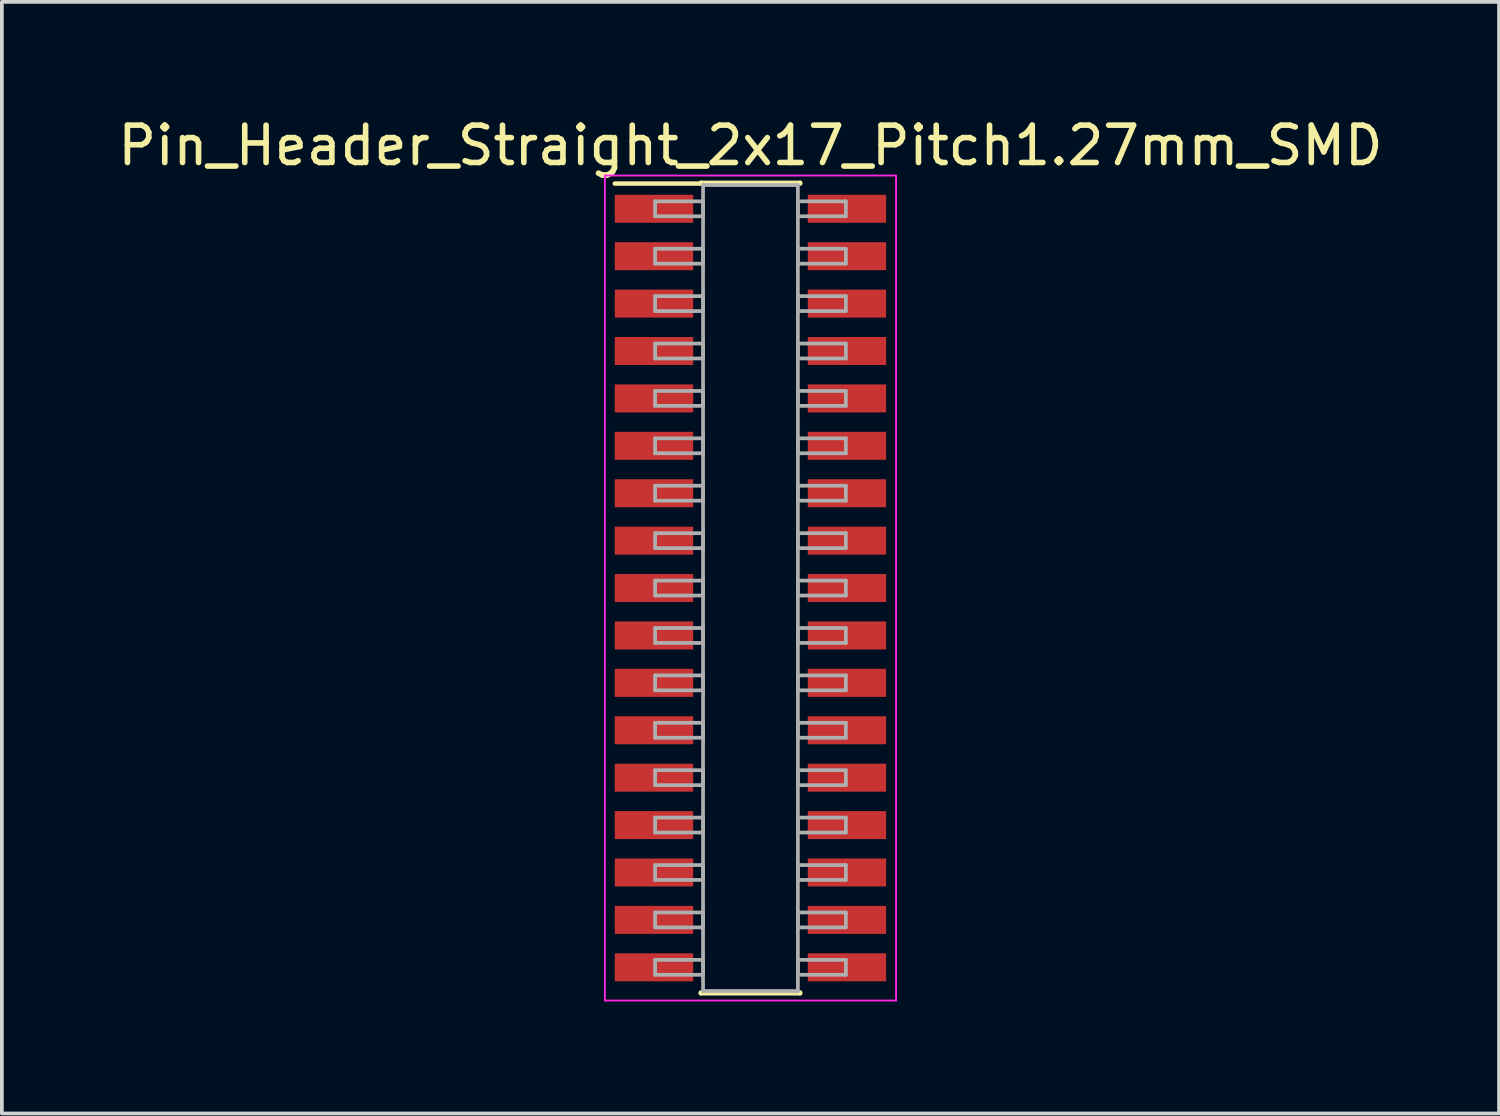
<source format=kicad_pcb>
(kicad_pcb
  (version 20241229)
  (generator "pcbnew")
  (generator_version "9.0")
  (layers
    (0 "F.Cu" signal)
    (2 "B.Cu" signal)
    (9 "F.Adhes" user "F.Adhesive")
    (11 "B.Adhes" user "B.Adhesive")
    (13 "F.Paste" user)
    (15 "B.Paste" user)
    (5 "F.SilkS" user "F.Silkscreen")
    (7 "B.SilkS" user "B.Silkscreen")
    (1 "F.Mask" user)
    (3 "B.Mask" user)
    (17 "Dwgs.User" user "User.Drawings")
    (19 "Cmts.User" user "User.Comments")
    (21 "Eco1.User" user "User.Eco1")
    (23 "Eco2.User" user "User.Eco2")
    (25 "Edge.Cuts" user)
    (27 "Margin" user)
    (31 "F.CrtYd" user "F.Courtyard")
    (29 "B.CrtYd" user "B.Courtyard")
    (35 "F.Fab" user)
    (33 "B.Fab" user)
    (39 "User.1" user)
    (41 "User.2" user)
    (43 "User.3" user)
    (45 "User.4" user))
  (footprint "Pin_Header_Straight_2x17_Pitch1.27mm_SMD"
    (layer "F.Cu")
    (at 17.054 12.703)
    (property "Reference" "Pin_Header_Straight_2x17_Pitch1.27mm_SMD" (at 0 -11.855 0) (layer "F.SilkS") (effects (font (size 1 1) (thickness 0.15))))
    (attr smd)
    (fp_line (start -3.635 -10.835) (end -1.33 -10.835) (stroke (width 0.12) (type solid)) (layer "F.SilkS"))
    (fp_line (start -1.33 -10.855) (end 1.33 -10.855) (stroke (width 0.12) (type solid)) (layer "F.SilkS"))
    (fp_line (start -1.33 -10.835) (end -1.33 -10.855) (stroke (width 0.12) (type solid)) (layer "F.SilkS"))
    (fp_line (start -1.33 10.835) (end -1.33 10.855) (stroke (width 0.12) (type solid)) (layer "F.SilkS"))
    (fp_line (start -1.33 10.855) (end 1.33 10.855) (stroke (width 0.12) (type solid)) (layer "F.SilkS"))
    (fp_line (start 1.33 -10.855) (end 1.33 -10.835) (stroke (width 0.12) (type solid)) (layer "F.SilkS"))
    (fp_line (start 1.33 10.855) (end 1.33 10.835) (stroke (width 0.12) (type solid)) (layer "F.SilkS"))
    (fp_line (start -3.9 -11.05) (end -3.9 11.05) (stroke (width 0.05) (type solid)) (layer "F.CrtYd"))
    (fp_line (start -3.9 11.05) (end 3.9 11.05) (stroke (width 0.05) (type solid)) (layer "F.CrtYd"))
    (fp_line (start 3.9 -11.05) (end -3.9 -11.05) (stroke (width 0.05) (type solid)) (layer "F.CrtYd"))
    (fp_line (start 3.9 11.05) (end 3.9 -11.05) (stroke (width 0.05) (type solid)) (layer "F.CrtYd"))
    (fp_line (start -2.555 -10.36) (end -1.27 -10.36) (stroke (width 0.1) (type solid)) (layer "F.Fab"))
    (fp_line (start -2.555 -9.96) (end -2.555 -10.36) (stroke (width 0.1) (type solid)) (layer "F.Fab"))
    (fp_line (start -2.555 -9.09) (end -1.27 -9.09) (stroke (width 0.1) (type solid)) (layer "F.Fab"))
    (fp_line (start -2.555 -8.69) (end -2.555 -9.09) (stroke (width 0.1) (type solid)) (layer "F.Fab"))
    (fp_line (start -2.555 -7.82) (end -1.27 -7.82) (stroke (width 0.1) (type solid)) (layer "F.Fab"))
    (fp_line (start -2.555 -7.42) (end -2.555 -7.82) (stroke (width 0.1) (type solid)) (layer "F.Fab"))
    (fp_line (start -2.555 -6.55) (end -1.27 -6.55) (stroke (width 0.1) (type solid)) (layer "F.Fab"))
    (fp_line (start -2.555 -6.15) (end -2.555 -6.55) (stroke (width 0.1) (type solid)) (layer "F.Fab"))
    (fp_line (start -2.555 -5.28) (end -1.27 -5.28) (stroke (width 0.1) (type solid)) (layer "F.Fab"))
    (fp_line (start -2.555 -4.88) (end -2.555 -5.28) (stroke (width 0.1) (type solid)) (layer "F.Fab"))
    (fp_line (start -2.555 -4.01) (end -1.27 -4.01) (stroke (width 0.1) (type solid)) (layer "F.Fab"))
    (fp_line (start -2.555 -3.61) (end -2.555 -4.01) (stroke (width 0.1) (type solid)) (layer "F.Fab"))
    (fp_line (start -2.555 -2.74) (end -1.27 -2.74) (stroke (width 0.1) (type solid)) (layer "F.Fab"))
    (fp_line (start -2.555 -2.34) (end -2.555 -2.74) (stroke (width 0.1) (type solid)) (layer "F.Fab"))
    (fp_line (start -2.555 -1.47) (end -1.27 -1.47) (stroke (width 0.1) (type solid)) (layer "F.Fab"))
    (fp_line (start -2.555 -1.07) (end -2.555 -1.47) (stroke (width 0.1) (type solid)) (layer "F.Fab"))
    (fp_line (start -2.555 -0.2) (end -1.27 -0.2) (stroke (width 0.1) (type solid)) (layer "F.Fab"))
    (fp_line (start -2.555 0.2) (end -2.555 -0.2) (stroke (width 0.1) (type solid)) (layer "F.Fab"))
    (fp_line (start -2.555 1.07) (end -1.27 1.07) (stroke (width 0.1) (type solid)) (layer "F.Fab"))
    (fp_line (start -2.555 1.47) (end -2.555 1.07) (stroke (width 0.1) (type solid)) (layer "F.Fab"))
    (fp_line (start -2.555 2.34) (end -1.27 2.34) (stroke (width 0.1) (type solid)) (layer "F.Fab"))
    (fp_line (start -2.555 2.74) (end -2.555 2.34) (stroke (width 0.1) (type solid)) (layer "F.Fab"))
    (fp_line (start -2.555 3.61) (end -1.27 3.61) (stroke (width 0.1) (type solid)) (layer "F.Fab"))
    (fp_line (start -2.555 4.01) (end -2.555 3.61) (stroke (width 0.1) (type solid)) (layer "F.Fab"))
    (fp_line (start -2.555 4.88) (end -1.27 4.88) (stroke (width 0.1) (type solid)) (layer "F.Fab"))
    (fp_line (start -2.555 5.28) (end -2.555 4.88) (stroke (width 0.1) (type solid)) (layer "F.Fab"))
    (fp_line (start -2.555 6.15) (end -1.27 6.15) (stroke (width 0.1) (type solid)) (layer "F.Fab"))
    (fp_line (start -2.555 6.55) (end -2.555 6.15) (stroke (width 0.1) (type solid)) (layer "F.Fab"))
    (fp_line (start -2.555 7.42) (end -1.27 7.42) (stroke (width 0.1) (type solid)) (layer "F.Fab"))
    (fp_line (start -2.555 7.82) (end -2.555 7.42) (stroke (width 0.1) (type solid)) (layer "F.Fab"))
    (fp_line (start -2.555 8.69) (end -1.27 8.69) (stroke (width 0.1) (type solid)) (layer "F.Fab"))
    (fp_line (start -2.555 9.09) (end -2.555 8.69) (stroke (width 0.1) (type solid)) (layer "F.Fab"))
    (fp_line (start -2.555 9.96) (end -1.27 9.96) (stroke (width 0.1) (type solid)) (layer "F.Fab"))
    (fp_line (start -2.555 10.36) (end -2.555 9.96) (stroke (width 0.1) (type solid)) (layer "F.Fab"))
    (fp_line (start -1.27 -10.795) (end -1.27 10.795) (stroke (width 0.1) (type solid)) (layer "F.Fab"))
    (fp_line (start -1.27 -10.36) (end -1.27 -9.96) (stroke (width 0.1) (type solid)) (layer "F.Fab"))
    (fp_line (start -1.27 -9.96) (end -2.555 -9.96) (stroke (width 0.1) (type solid)) (layer "F.Fab"))
    (fp_line (start -1.27 -9.09) (end -1.27 -8.69) (stroke (width 0.1) (type solid)) (layer "F.Fab"))
    (fp_line (start -1.27 -8.69) (end -2.555 -8.69) (stroke (width 0.1) (type solid)) (layer "F.Fab"))
    (fp_line (start -1.27 -7.82) (end -1.27 -7.42) (stroke (width 0.1) (type solid)) (layer "F.Fab"))
    (fp_line (start -1.27 -7.42) (end -2.555 -7.42) (stroke (width 0.1) (type solid)) (layer "F.Fab"))
    (fp_line (start -1.27 -6.55) (end -1.27 -6.15) (stroke (width 0.1) (type solid)) (layer "F.Fab"))
    (fp_line (start -1.27 -6.15) (end -2.555 -6.15) (stroke (width 0.1) (type solid)) (layer "F.Fab"))
    (fp_line (start -1.27 -5.28) (end -1.27 -4.88) (stroke (width 0.1) (type solid)) (layer "F.Fab"))
    (fp_line (start -1.27 -4.88) (end -2.555 -4.88) (stroke (width 0.1) (type solid)) (layer "F.Fab"))
    (fp_line (start -1.27 -4.01) (end -1.27 -3.61) (stroke (width 0.1) (type solid)) (layer "F.Fab"))
    (fp_line (start -1.27 -3.61) (end -2.555 -3.61) (stroke (width 0.1) (type solid)) (layer "F.Fab"))
    (fp_line (start -1.27 -2.74) (end -1.27 -2.34) (stroke (width 0.1) (type solid)) (layer "F.Fab"))
    (fp_line (start -1.27 -2.34) (end -2.555 -2.34) (stroke (width 0.1) (type solid)) (layer "F.Fab"))
    (fp_line (start -1.27 -1.47) (end -1.27 -1.07) (stroke (width 0.1) (type solid)) (layer "F.Fab"))
    (fp_line (start -1.27 -1.07) (end -2.555 -1.07) (stroke (width 0.1) (type solid)) (layer "F.Fab"))
    (fp_line (start -1.27 -0.2) (end -1.27 0.2) (stroke (width 0.1) (type solid)) (layer "F.Fab"))
    (fp_line (start -1.27 0.2) (end -2.555 0.2) (stroke (width 0.1) (type solid)) (layer "F.Fab"))
    (fp_line (start -1.27 1.07) (end -1.27 1.47) (stroke (width 0.1) (type solid)) (layer "F.Fab"))
    (fp_line (start -1.27 1.47) (end -2.555 1.47) (stroke (width 0.1) (type solid)) (layer "F.Fab"))
    (fp_line (start -1.27 2.34) (end -1.27 2.74) (stroke (width 0.1) (type solid)) (layer "F.Fab"))
    (fp_line (start -1.27 2.74) (end -2.555 2.74) (stroke (width 0.1) (type solid)) (layer "F.Fab"))
    (fp_line (start -1.27 3.61) (end -1.27 4.01) (stroke (width 0.1) (type solid)) (layer "F.Fab"))
    (fp_line (start -1.27 4.01) (end -2.555 4.01) (stroke (width 0.1) (type solid)) (layer "F.Fab"))
    (fp_line (start -1.27 4.88) (end -1.27 5.28) (stroke (width 0.1) (type solid)) (layer "F.Fab"))
    (fp_line (start -1.27 5.28) (end -2.555 5.28) (stroke (width 0.1) (type solid)) (layer "F.Fab"))
    (fp_line (start -1.27 6.15) (end -1.27 6.55) (stroke (width 0.1) (type solid)) (layer "F.Fab"))
    (fp_line (start -1.27 6.55) (end -2.555 6.55) (stroke (width 0.1) (type solid)) (layer "F.Fab"))
    (fp_line (start -1.27 7.42) (end -1.27 7.82) (stroke (width 0.1) (type solid)) (layer "F.Fab"))
    (fp_line (start -1.27 7.82) (end -2.555 7.82) (stroke (width 0.1) (type solid)) (layer "F.Fab"))
    (fp_line (start -1.27 8.69) (end -1.27 9.09) (stroke (width 0.1) (type solid)) (layer "F.Fab"))
    (fp_line (start -1.27 9.09) (end -2.555 9.09) (stroke (width 0.1) (type solid)) (layer "F.Fab"))
    (fp_line (start -1.27 9.96) (end -1.27 10.36) (stroke (width 0.1) (type solid)) (layer "F.Fab"))
    (fp_line (start -1.27 10.36) (end -2.555 10.36) (stroke (width 0.1) (type solid)) (layer "F.Fab"))
    (fp_line (start -1.27 10.795) (end 1.27 10.795) (stroke (width 0.1) (type solid)) (layer "F.Fab"))
    (fp_line (start 1.27 -10.795) (end -1.27 -10.795) (stroke (width 0.1) (type solid)) (layer "F.Fab"))
    (fp_line (start 1.27 -10.36) (end 1.27 -9.96) (stroke (width 0.1) (type solid)) (layer "F.Fab"))
    (fp_line (start 1.27 -9.96) (end 2.555 -9.96) (stroke (width 0.1) (type solid)) (layer "F.Fab"))
    (fp_line (start 1.27 -9.09) (end 1.27 -8.69) (stroke (width 0.1) (type solid)) (layer "F.Fab"))
    (fp_line (start 1.27 -8.69) (end 2.555 -8.69) (stroke (width 0.1) (type solid)) (layer "F.Fab"))
    (fp_line (start 1.27 -7.82) (end 1.27 -7.42) (stroke (width 0.1) (type solid)) (layer "F.Fab"))
    (fp_line (start 1.27 -7.42) (end 2.555 -7.42) (stroke (width 0.1) (type solid)) (layer "F.Fab"))
    (fp_line (start 1.27 -6.55) (end 1.27 -6.15) (stroke (width 0.1) (type solid)) (layer "F.Fab"))
    (fp_line (start 1.27 -6.15) (end 2.555 -6.15) (stroke (width 0.1) (type solid)) (layer "F.Fab"))
    (fp_line (start 1.27 -5.28) (end 1.27 -4.88) (stroke (width 0.1) (type solid)) (layer "F.Fab"))
    (fp_line (start 1.27 -4.88) (end 2.555 -4.88) (stroke (width 0.1) (type solid)) (layer "F.Fab"))
    (fp_line (start 1.27 -4.01) (end 1.27 -3.61) (stroke (width 0.1) (type solid)) (layer "F.Fab"))
    (fp_line (start 1.27 -3.61) (end 2.555 -3.61) (stroke (width 0.1) (type solid)) (layer "F.Fab"))
    (fp_line (start 1.27 -2.74) (end 1.27 -2.34) (stroke (width 0.1) (type solid)) (layer "F.Fab"))
    (fp_line (start 1.27 -2.34) (end 2.555 -2.34) (stroke (width 0.1) (type solid)) (layer "F.Fab"))
    (fp_line (start 1.27 -1.47) (end 1.27 -1.07) (stroke (width 0.1) (type solid)) (layer "F.Fab"))
    (fp_line (start 1.27 -1.07) (end 2.555 -1.07) (stroke (width 0.1) (type solid)) (layer "F.Fab"))
    (fp_line (start 1.27 -0.2) (end 1.27 0.2) (stroke (width 0.1) (type solid)) (layer "F.Fab"))
    (fp_line (start 1.27 0.2) (end 2.555 0.2) (stroke (width 0.1) (type solid)) (layer "F.Fab"))
    (fp_line (start 1.27 1.07) (end 1.27 1.47) (stroke (width 0.1) (type solid)) (layer "F.Fab"))
    (fp_line (start 1.27 1.47) (end 2.555 1.47) (stroke (width 0.1) (type solid)) (layer "F.Fab"))
    (fp_line (start 1.27 2.34) (end 1.27 2.74) (stroke (width 0.1) (type solid)) (layer "F.Fab"))
    (fp_line (start 1.27 2.74) (end 2.555 2.74) (stroke (width 0.1) (type solid)) (layer "F.Fab"))
    (fp_line (start 1.27 3.61) (end 1.27 4.01) (stroke (width 0.1) (type solid)) (layer "F.Fab"))
    (fp_line (start 1.27 4.01) (end 2.555 4.01) (stroke (width 0.1) (type solid)) (layer "F.Fab"))
    (fp_line (start 1.27 4.88) (end 1.27 5.28) (stroke (width 0.1) (type solid)) (layer "F.Fab"))
    (fp_line (start 1.27 5.28) (end 2.555 5.28) (stroke (width 0.1) (type solid)) (layer "F.Fab"))
    (fp_line (start 1.27 6.15) (end 1.27 6.55) (stroke (width 0.1) (type solid)) (layer "F.Fab"))
    (fp_line (start 1.27 6.55) (end 2.555 6.55) (stroke (width 0.1) (type solid)) (layer "F.Fab"))
    (fp_line (start 1.27 7.42) (end 1.27 7.82) (stroke (width 0.1) (type solid)) (layer "F.Fab"))
    (fp_line (start 1.27 7.82) (end 2.555 7.82) (stroke (width 0.1) (type solid)) (layer "F.Fab"))
    (fp_line (start 1.27 8.69) (end 1.27 9.09) (stroke (width 0.1) (type solid)) (layer "F.Fab"))
    (fp_line (start 1.27 9.09) (end 2.555 9.09) (stroke (width 0.1) (type solid)) (layer "F.Fab"))
    (fp_line (start 1.27 9.96) (end 1.27 10.36) (stroke (width 0.1) (type solid)) (layer "F.Fab"))
    (fp_line (start 1.27 10.36) (end 2.555 10.36) (stroke (width 0.1) (type solid)) (layer "F.Fab"))
    (fp_line (start 1.27 10.795) (end 1.27 -10.795) (stroke (width 0.1) (type solid)) (layer "F.Fab"))
    (fp_line (start 2.555 -10.36) (end 1.27 -10.36) (stroke (width 0.1) (type solid)) (layer "F.Fab"))
    (fp_line (start 2.555 -9.96) (end 2.555 -10.36) (stroke (width 0.1) (type solid)) (layer "F.Fab"))
    (fp_line (start 2.555 -9.09) (end 1.27 -9.09) (stroke (width 0.1) (type solid)) (layer "F.Fab"))
    (fp_line (start 2.555 -8.69) (end 2.555 -9.09) (stroke (width 0.1) (type solid)) (layer "F.Fab"))
    (fp_line (start 2.555 -7.82) (end 1.27 -7.82) (stroke (width 0.1) (type solid)) (layer "F.Fab"))
    (fp_line (start 2.555 -7.42) (end 2.555 -7.82) (stroke (width 0.1) (type solid)) (layer "F.Fab"))
    (fp_line (start 2.555 -6.55) (end 1.27 -6.55) (stroke (width 0.1) (type solid)) (layer "F.Fab"))
    (fp_line (start 2.555 -6.15) (end 2.555 -6.55) (stroke (width 0.1) (type solid)) (layer "F.Fab"))
    (fp_line (start 2.555 -5.28) (end 1.27 -5.28) (stroke (width 0.1) (type solid)) (layer "F.Fab"))
    (fp_line (start 2.555 -4.88) (end 2.555 -5.28) (stroke (width 0.1) (type solid)) (layer "F.Fab"))
    (fp_line (start 2.555 -4.01) (end 1.27 -4.01) (stroke (width 0.1) (type solid)) (layer "F.Fab"))
    (fp_line (start 2.555 -3.61) (end 2.555 -4.01) (stroke (width 0.1) (type solid)) (layer "F.Fab"))
    (fp_line (start 2.555 -2.74) (end 1.27 -2.74) (stroke (width 0.1) (type solid)) (layer "F.Fab"))
    (fp_line (start 2.555 -2.34) (end 2.555 -2.74) (stroke (width 0.1) (type solid)) (layer "F.Fab"))
    (fp_line (start 2.555 -1.47) (end 1.27 -1.47) (stroke (width 0.1) (type solid)) (layer "F.Fab"))
    (fp_line (start 2.555 -1.07) (end 2.555 -1.47) (stroke (width 0.1) (type solid)) (layer "F.Fab"))
    (fp_line (start 2.555 -0.2) (end 1.27 -0.2) (stroke (width 0.1) (type solid)) (layer "F.Fab"))
    (fp_line (start 2.555 0.2) (end 2.555 -0.2) (stroke (width 0.1) (type solid)) (layer "F.Fab"))
    (fp_line (start 2.555 1.07) (end 1.27 1.07) (stroke (width 0.1) (type solid)) (layer "F.Fab"))
    (fp_line (start 2.555 1.47) (end 2.555 1.07) (stroke (width 0.1) (type solid)) (layer "F.Fab"))
    (fp_line (start 2.555 2.34) (end 1.27 2.34) (stroke (width 0.1) (type solid)) (layer "F.Fab"))
    (fp_line (start 2.555 2.74) (end 2.555 2.34) (stroke (width 0.1) (type solid)) (layer "F.Fab"))
    (fp_line (start 2.555 3.61) (end 1.27 3.61) (stroke (width 0.1) (type solid)) (layer "F.Fab"))
    (fp_line (start 2.555 4.01) (end 2.555 3.61) (stroke (width 0.1) (type solid)) (layer "F.Fab"))
    (fp_line (start 2.555 4.88) (end 1.27 4.88) (stroke (width 0.1) (type solid)) (layer "F.Fab"))
    (fp_line (start 2.555 5.28) (end 2.555 4.88) (stroke (width 0.1) (type solid)) (layer "F.Fab"))
    (fp_line (start 2.555 6.15) (end 1.27 6.15) (stroke (width 0.1) (type solid)) (layer "F.Fab"))
    (fp_line (start 2.555 6.55) (end 2.555 6.15) (stroke (width 0.1) (type solid)) (layer "F.Fab"))
    (fp_line (start 2.555 7.42) (end 1.27 7.42) (stroke (width 0.1) (type solid)) (layer "F.Fab"))
    (fp_line (start 2.555 7.82) (end 2.555 7.42) (stroke (width 0.1) (type solid)) (layer "F.Fab"))
    (fp_line (start 2.555 8.69) (end 1.27 8.69) (stroke (width 0.1) (type solid)) (layer "F.Fab"))
    (fp_line (start 2.555 9.09) (end 2.555 8.69) (stroke (width 0.1) (type solid)) (layer "F.Fab"))
    (fp_line (start 2.555 9.96) (end 1.27 9.96) (stroke (width 0.1) (type solid)) (layer "F.Fab"))
    (fp_line (start 2.555 10.36) (end 2.555 9.96) (stroke (width 0.1) (type solid)) (layer "F.Fab"))
    (pad "1" smd rect (at -2.585 -10.16) (size 2.1 0.75) (layers "F.Cu" "F.Mask"))
    (pad "2" smd rect (at 2.585 -10.16) (size 2.1 0.75) (layers "F.Cu" "F.Mask"))
    (pad "3" smd rect (at -2.585 -8.89) (size 2.1 0.75) (layers "F.Cu" "F.Mask"))
    (pad "4" smd rect (at 2.585 -8.89) (size 2.1 0.75) (layers "F.Cu" "F.Mask"))
    (pad "5" smd rect (at -2.585 -7.62) (size 2.1 0.75) (layers "F.Cu" "F.Mask"))
    (pad "6" smd rect (at 2.585 -7.62) (size 2.1 0.75) (layers "F.Cu" "F.Mask"))
    (pad "7" smd rect (at -2.585 -6.35) (size 2.1 0.75) (layers "F.Cu" "F.Mask"))
    (pad "8" smd rect (at 2.585 -6.35) (size 2.1 0.75) (layers "F.Cu" "F.Mask"))
    (pad "9" smd rect (at -2.585 -5.08) (size 2.1 0.75) (layers "F.Cu" "F.Mask"))
    (pad "10" smd rect (at 2.585 -5.08) (size 2.1 0.75) (layers "F.Cu" "F.Mask"))
    (pad "11" smd rect (at -2.585 -3.81) (size 2.1 0.75) (layers "F.Cu" "F.Mask"))
    (pad "12" smd rect (at 2.585 -3.81) (size 2.1 0.75) (layers "F.Cu" "F.Mask"))
    (pad "13" smd rect (at -2.585 -2.54) (size 2.1 0.75) (layers "F.Cu" "F.Mask"))
    (pad "14" smd rect (at 2.585 -2.54) (size 2.1 0.75) (layers "F.Cu" "F.Mask"))
    (pad "15" smd rect (at -2.585 -1.27) (size 2.1 0.75) (layers "F.Cu" "F.Mask"))
    (pad "16" smd rect (at 2.585 -1.27) (size 2.1 0.75) (layers "F.Cu" "F.Mask"))
    (pad "17" smd rect (at -2.585 0) (size 2.1 0.75) (layers "F.Cu" "F.Mask"))
    (pad "18" smd rect (at 2.585 0) (size 2.1 0.75) (layers "F.Cu" "F.Mask"))
    (pad "19" smd rect (at -2.585 1.27) (size 2.1 0.75) (layers "F.Cu" "F.Mask"))
    (pad "20" smd rect (at 2.585 1.27) (size 2.1 0.75) (layers "F.Cu" "F.Mask"))
    (pad "21" smd rect (at -2.585 2.54) (size 2.1 0.75) (layers "F.Cu" "F.Mask"))
    (pad "22" smd rect (at 2.585 2.54) (size 2.1 0.75) (layers "F.Cu" "F.Mask"))
    (pad "23" smd rect (at -2.585 3.81) (size 2.1 0.75) (layers "F.Cu" "F.Mask"))
    (pad "24" smd rect (at 2.585 3.81) (size 2.1 0.75) (layers "F.Cu" "F.Mask"))
    (pad "25" smd rect (at -2.585 5.08) (size 2.1 0.75) (layers "F.Cu" "F.Mask"))
    (pad "26" smd rect (at 2.585 5.08) (size 2.1 0.75) (layers "F.Cu" "F.Mask"))
    (pad "27" smd rect (at -2.585 6.35) (size 2.1 0.75) (layers "F.Cu" "F.Mask"))
    (pad "28" smd rect (at 2.585 6.35) (size 2.1 0.75) (layers "F.Cu" "F.Mask"))
    (pad "29" smd rect (at -2.585 7.62) (size 2.1 0.75) (layers "F.Cu" "F.Mask"))
    (pad "30" smd rect (at 2.585 7.62) (size 2.1 0.75) (layers "F.Cu" "F.Mask"))
    (pad "31" smd rect (at -2.585 8.89) (size 2.1 0.75) (layers "F.Cu" "F.Mask"))
    (pad "32" smd rect (at 2.585 8.89) (size 2.1 0.75) (layers "F.Cu" "F.Mask"))
    (pad "33" smd rect (at -2.585 10.16) (size 2.1 0.75) (layers "F.Cu" "F.Mask"))
    (pad "34" smd rect (at 2.585 10.16) (size 2.1 0.75) (layers "F.Cu" "F.Mask")))
  (gr_rect
    (start -3 -3)
    (end 37.107 26.778)
    (stroke (width 0.1) (type default))
    (fill no)
    (layer "Edge.Cuts")))
</source>
